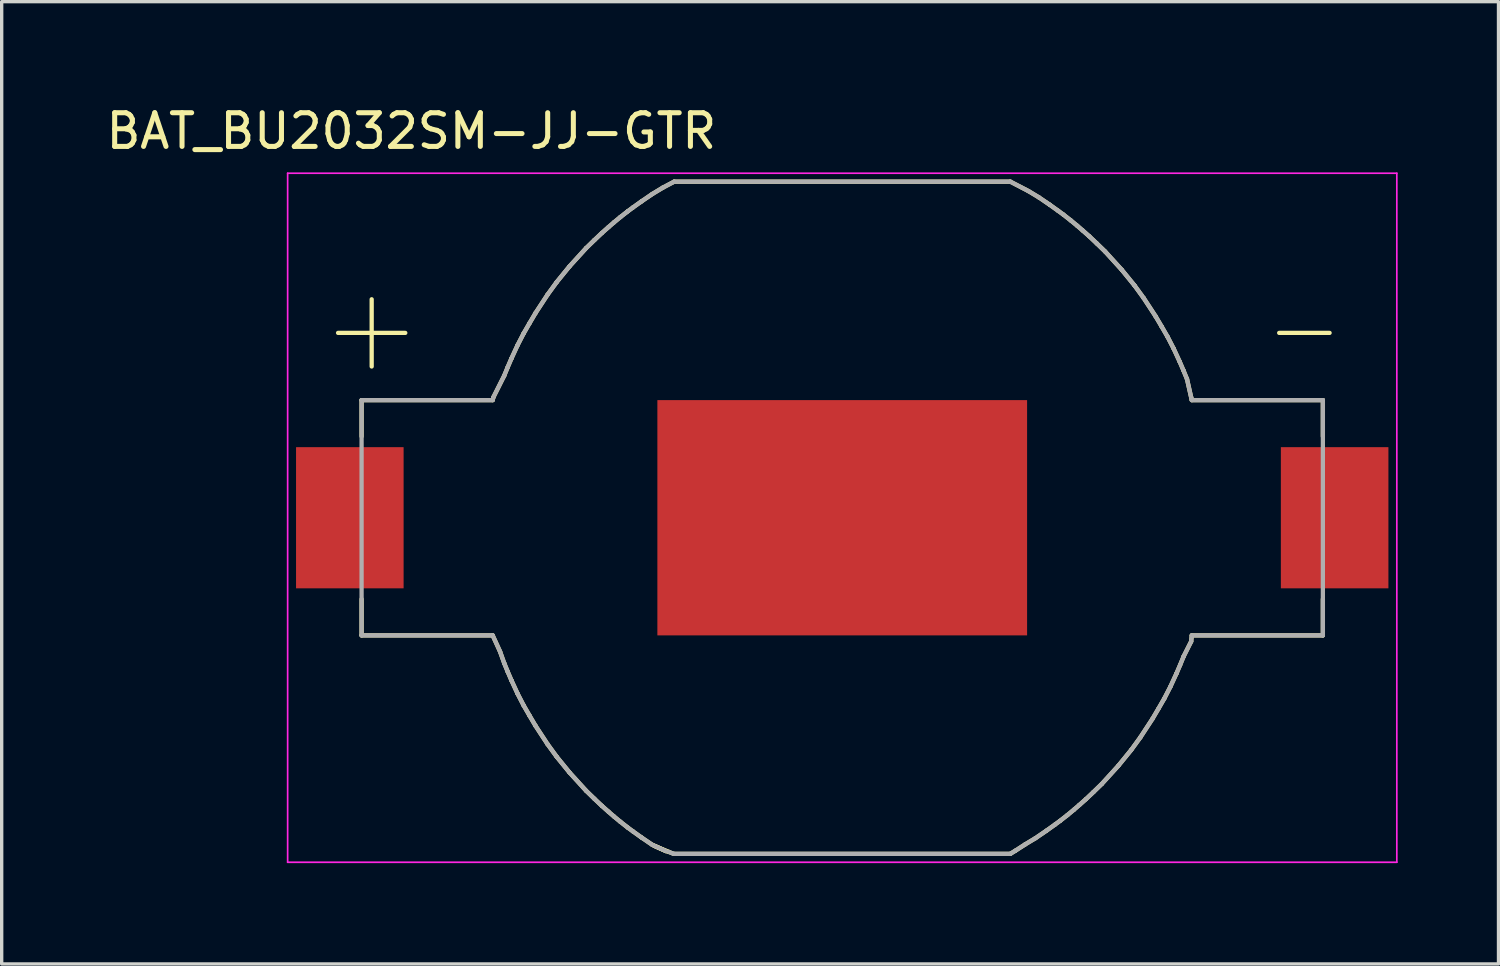
<source format=kicad_pcb>
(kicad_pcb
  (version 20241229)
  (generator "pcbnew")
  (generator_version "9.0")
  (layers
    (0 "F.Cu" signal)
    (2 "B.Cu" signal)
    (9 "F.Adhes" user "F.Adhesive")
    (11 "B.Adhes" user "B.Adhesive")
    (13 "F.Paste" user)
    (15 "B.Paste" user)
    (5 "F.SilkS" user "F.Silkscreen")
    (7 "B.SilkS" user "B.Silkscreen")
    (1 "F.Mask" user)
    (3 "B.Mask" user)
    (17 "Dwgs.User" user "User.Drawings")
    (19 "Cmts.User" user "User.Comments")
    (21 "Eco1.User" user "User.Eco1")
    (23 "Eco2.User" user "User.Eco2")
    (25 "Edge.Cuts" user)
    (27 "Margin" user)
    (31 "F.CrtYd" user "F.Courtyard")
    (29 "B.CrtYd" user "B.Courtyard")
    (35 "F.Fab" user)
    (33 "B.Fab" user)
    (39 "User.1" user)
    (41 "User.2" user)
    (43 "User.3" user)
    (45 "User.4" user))
  (footprint "BAT_BU2032SM-JJ-GTR"
    (layer "F.Cu")
    (at 22.008 12.354)
    (property "Reference" "BAT_BU2032SM-JJ-GTR" (at -12.819 -11.504 0) (layer "F.SilkS") (effects (font (size 1.002 1.002) (thickness 0.15))))
    (attr smd)
    (fp_poly (pts (xy -5.5 -3.5) (xy 5.5 -3.5) (xy 5.5 3.5) (xy -5.5 3.5)) (stroke (width 0.0001) (type solid)) (fill yes) (layer "F.Cu"))
    (fp_poly (pts (xy -5.6 -3.6) (xy 5.6 -3.6) (xy 5.6 3.6) (xy -5.6 3.6)) (stroke (width 0.0001) (type solid)) (fill yes) (layer "F.Mask"))
    (fp_line (start -15 -5.5) (end -13 -5.5) (stroke (width 0.127) (type solid)) (layer "F.SilkS"))
    (fp_line (start -14.3 -3.5) (end -10.4 -3.5) (stroke (width 0.127) (type solid)) (layer "F.SilkS"))
    (fp_line (start -14.3 -2.42) (end -14.3 -3.5) (stroke (width 0.127) (type solid)) (layer "F.SilkS"))
    (fp_line (start -14.3 2.42) (end -14.3 3.5) (stroke (width 0.127) (type solid)) (layer "F.SilkS"))
    (fp_line (start -14.3 3.5) (end -10.4 3.5) (stroke (width 0.127) (type solid)) (layer "F.SilkS"))
    (fp_line (start -14 -6.5) (end -14 -4.5) (stroke (width 0.127) (type solid)) (layer "F.SilkS"))
    (fp_line (start -10.4 -3.5) (end -10.381 -3.581) (stroke (width 0.127) (type solid)) (layer "F.SilkS"))
    (fp_line (start -10.4 3.5) (end -10.181 3.981) (stroke (width 0.127) (type solid)) (layer "F.SilkS"))
    (fp_line (start -10.381 -3.581) (end -10.058 -4.224) (stroke (width 0.127) (type solid)) (layer "F.SilkS"))
    (fp_line (start -10.181 3.981) (end -10.058 4.324) (stroke (width 0.127) (type solid)) (layer "F.SilkS"))
    (fp_line (start -10.058 -4.224) (end -9.95 -4.487) (stroke (width 0.127) (type solid)) (layer "F.SilkS"))
    (fp_line (start -10.058 4.324) (end -9.95 4.587) (stroke (width 0.127) (type solid)) (layer "F.SilkS"))
    (fp_line (start -9.95 -4.487) (end -9.842 -4.738) (stroke (width 0.127) (type solid)) (layer "F.SilkS"))
    (fp_line (start -9.95 4.587) (end -9.842 4.838) (stroke (width 0.127) (type solid)) (layer "F.SilkS"))
    (fp_line (start -9.842 -4.738) (end -9.658 -5.137) (stroke (width 0.127) (type solid)) (layer "F.SilkS"))
    (fp_line (start -9.842 4.838) (end -9.658 5.237) (stroke (width 0.127) (type solid)) (layer "F.SilkS"))
    (fp_line (start -9.658 -5.137) (end -9.48 -5.482) (stroke (width 0.127) (type solid)) (layer "F.SilkS"))
    (fp_line (start -9.658 5.237) (end -9.48 5.582) (stroke (width 0.127) (type solid)) (layer "F.SilkS"))
    (fp_line (start -9.48 -5.482) (end -9.3 -5.794) (stroke (width 0.127) (type solid)) (layer "F.SilkS"))
    (fp_line (start -9.48 5.582) (end -9.3 5.894) (stroke (width 0.127) (type solid)) (layer "F.SilkS"))
    (fp_line (start -9.3 -5.794) (end -9.124 -6.092) (stroke (width 0.127) (type solid)) (layer "F.SilkS"))
    (fp_line (start -9.3 5.894) (end -9.124 6.192) (stroke (width 0.127) (type solid)) (layer "F.SilkS"))
    (fp_line (start -9.124 -6.092) (end -8.768 -6.636) (stroke (width 0.127) (type solid)) (layer "F.SilkS"))
    (fp_line (start -9.124 6.192) (end -8.768 6.736) (stroke (width 0.127) (type solid)) (layer "F.SilkS"))
    (fp_line (start -8.768 -6.636) (end -8.497 -7.009) (stroke (width 0.127) (type solid)) (layer "F.SilkS"))
    (fp_line (start -8.768 6.736) (end -8.497 7.109) (stroke (width 0.127) (type solid)) (layer "F.SilkS"))
    (fp_line (start -8.497 -7.009) (end -8.116 -7.477) (stroke (width 0.127) (type solid)) (layer "F.SilkS"))
    (fp_line (start -8.497 7.109) (end -8.116 7.577) (stroke (width 0.127) (type solid)) (layer "F.SilkS"))
    (fp_line (start -8.116 -7.477) (end -7.622 -8.02) (stroke (width 0.127) (type solid)) (layer "F.SilkS"))
    (fp_line (start -8.116 7.577) (end -7.622 8.12) (stroke (width 0.127) (type solid)) (layer "F.SilkS"))
    (fp_line (start -7.622 -8.02) (end -7.374 -8.261) (stroke (width 0.127) (type solid)) (layer "F.SilkS"))
    (fp_line (start -7.622 8.12) (end -7.374 8.361) (stroke (width 0.127) (type solid)) (layer "F.SilkS"))
    (fp_line (start -7.374 -8.261) (end -7.15 -8.473) (stroke (width 0.127) (type solid)) (layer "F.SilkS"))
    (fp_line (start -7.374 8.361) (end -7.15 8.573) (stroke (width 0.127) (type solid)) (layer "F.SilkS"))
    (fp_line (start -7.15 -8.473) (end -6.954 -8.647) (stroke (width 0.127) (type solid)) (layer "F.SilkS"))
    (fp_line (start -7.15 8.573) (end -6.954 8.747) (stroke (width 0.127) (type solid)) (layer "F.SilkS"))
    (fp_line (start -6.954 -8.647) (end -6.793 -8.786) (stroke (width 0.127) (type solid)) (layer "F.SilkS"))
    (fp_line (start -6.954 8.747) (end -6.793 8.886) (stroke (width 0.127) (type solid)) (layer "F.SilkS"))
    (fp_line (start -6.793 -8.786) (end -6.6 -8.946) (stroke (width 0.127) (type solid)) (layer "F.SilkS"))
    (fp_line (start -6.793 8.886) (end -6.6 9.046) (stroke (width 0.127) (type solid)) (layer "F.SilkS"))
    (fp_line (start -6.6 -8.946) (end -6.379 -9.119) (stroke (width 0.127) (type solid)) (layer "F.SilkS"))
    (fp_line (start -6.6 9.046) (end -6.379 9.219) (stroke (width 0.127) (type solid)) (layer "F.SilkS"))
    (fp_line (start -6.379 -9.119) (end -6.228 -9.23) (stroke (width 0.127) (type solid)) (layer "F.SilkS"))
    (fp_line (start -6.379 9.219) (end -6.228 9.33) (stroke (width 0.127) (type solid)) (layer "F.SilkS"))
    (fp_line (start -6.228 -9.23) (end -5.975 -9.411) (stroke (width 0.127) (type solid)) (layer "F.SilkS"))
    (fp_line (start -6.228 9.33) (end -5.975 9.511) (stroke (width 0.127) (type solid)) (layer "F.SilkS"))
    (fp_line (start -5.975 -9.411) (end -5.649 -9.633) (stroke (width 0.127) (type solid)) (layer "F.SilkS"))
    (fp_line (start -5.975 9.511) (end -5.649 9.733) (stroke (width 0.127) (type solid)) (layer "F.SilkS"))
    (fp_line (start -5.649 -9.633) (end -5.341 -9.819) (stroke (width 0.127) (type solid)) (layer "F.SilkS"))
    (fp_line (start -5.649 9.733) (end -5.241 9.919) (stroke (width 0.127) (type solid)) (layer "F.SilkS"))
    (fp_line (start -5.597 9.758) (end -5.166 9.939) (stroke (width 0.127) (type solid)) (layer "F.SilkS"))
    (fp_line (start -5.341 -9.819) (end -5 -10) (stroke (width 0.127) (type solid)) (layer "F.SilkS"))
    (fp_line (start -5.241 9.919) (end -5.597 9.758) (stroke (width 0.127) (type solid)) (layer "F.SilkS"))
    (fp_line (start -5.166 9.939) (end -5.013 10) (stroke (width 0.127) (type solid)) (layer "F.SilkS"))
    (fp_line (start -5 -10) (end 5 -10) (stroke (width 0.127) (type solid)) (layer "F.SilkS"))
    (fp_line (start -5 10) (end 5 10) (stroke (width 0.127) (type solid)) (layer "F.SilkS"))
    (fp_line (start 5.15 9.908) (end 5.016 9.989) (stroke (width 0.127) (type solid)) (layer "F.SilkS"))
    (fp_line (start 5.441 9.719) (end 5.15 9.908) (stroke (width 0.127) (type solid)) (layer "F.SilkS"))
    (fp_line (start 5.541 -9.719) (end 5 -10) (stroke (width 0.127) (type solid)) (layer "F.SilkS"))
    (fp_line (start 5.749 9.533) (end 5.441 9.719) (stroke (width 0.127) (type solid)) (layer "F.SilkS"))
    (fp_line (start 5.849 -9.533) (end 5.541 -9.719) (stroke (width 0.127) (type solid)) (layer "F.SilkS"))
    (fp_line (start 6.075 9.311) (end 5.749 9.533) (stroke (width 0.127) (type solid)) (layer "F.SilkS"))
    (fp_line (start 6.175 -9.311) (end 5.849 -9.533) (stroke (width 0.127) (type solid)) (layer "F.SilkS"))
    (fp_line (start 6.328 9.13) (end 6.075 9.311) (stroke (width 0.127) (type solid)) (layer "F.SilkS"))
    (fp_line (start 6.428 -9.13) (end 6.175 -9.311) (stroke (width 0.127) (type solid)) (layer "F.SilkS"))
    (fp_line (start 6.479 9.019) (end 6.328 9.13) (stroke (width 0.127) (type solid)) (layer "F.SilkS"))
    (fp_line (start 6.579 -9.019) (end 6.428 -9.13) (stroke (width 0.127) (type solid)) (layer "F.SilkS"))
    (fp_line (start 6.7 8.846) (end 6.479 9.019) (stroke (width 0.127) (type solid)) (layer "F.SilkS"))
    (fp_line (start 6.8 -8.846) (end 6.579 -9.019) (stroke (width 0.127) (type solid)) (layer "F.SilkS"))
    (fp_line (start 6.893 8.686) (end 6.7 8.846) (stroke (width 0.127) (type solid)) (layer "F.SilkS"))
    (fp_line (start 6.993 -8.686) (end 6.8 -8.846) (stroke (width 0.127) (type solid)) (layer "F.SilkS"))
    (fp_line (start 7.054 8.547) (end 6.893 8.686) (stroke (width 0.127) (type solid)) (layer "F.SilkS"))
    (fp_line (start 7.154 -8.547) (end 6.993 -8.686) (stroke (width 0.127) (type solid)) (layer "F.SilkS"))
    (fp_line (start 7.25 8.373) (end 7.054 8.547) (stroke (width 0.127) (type solid)) (layer "F.SilkS"))
    (fp_line (start 7.35 -8.373) (end 7.154 -8.547) (stroke (width 0.127) (type solid)) (layer "F.SilkS"))
    (fp_line (start 7.474 8.161) (end 7.25 8.373) (stroke (width 0.127) (type solid)) (layer "F.SilkS"))
    (fp_line (start 7.574 -8.161) (end 7.35 -8.373) (stroke (width 0.127) (type solid)) (layer "F.SilkS"))
    (fp_line (start 7.722 7.92) (end 7.474 8.161) (stroke (width 0.127) (type solid)) (layer "F.SilkS"))
    (fp_line (start 7.822 -7.92) (end 7.574 -8.161) (stroke (width 0.127) (type solid)) (layer "F.SilkS"))
    (fp_line (start 8.216 7.377) (end 7.722 7.92) (stroke (width 0.127) (type solid)) (layer "F.SilkS"))
    (fp_line (start 8.316 -7.377) (end 7.822 -7.92) (stroke (width 0.127) (type solid)) (layer "F.SilkS"))
    (fp_line (start 8.597 6.909) (end 8.216 7.377) (stroke (width 0.127) (type solid)) (layer "F.SilkS"))
    (fp_line (start 8.697 -6.909) (end 8.316 -7.377) (stroke (width 0.127) (type solid)) (layer "F.SilkS"))
    (fp_line (start 8.868 6.536) (end 8.597 6.909) (stroke (width 0.127) (type solid)) (layer "F.SilkS"))
    (fp_line (start 8.968 -6.536) (end 8.697 -6.909) (stroke (width 0.127) (type solid)) (layer "F.SilkS"))
    (fp_line (start 9.224 5.992) (end 8.868 6.536) (stroke (width 0.127) (type solid)) (layer "F.SilkS"))
    (fp_line (start 9.324 -5.992) (end 8.968 -6.536) (stroke (width 0.127) (type solid)) (layer "F.SilkS"))
    (fp_line (start 9.4 5.694) (end 9.224 5.992) (stroke (width 0.127) (type solid)) (layer "F.SilkS"))
    (fp_line (start 9.5 -5.694) (end 9.324 -5.992) (stroke (width 0.127) (type solid)) (layer "F.SilkS"))
    (fp_line (start 9.58 5.382) (end 9.4 5.694) (stroke (width 0.127) (type solid)) (layer "F.SilkS"))
    (fp_line (start 9.68 -5.382) (end 9.5 -5.694) (stroke (width 0.127) (type solid)) (layer "F.SilkS"))
    (fp_line (start 9.758 5.037) (end 9.58 5.382) (stroke (width 0.127) (type solid)) (layer "F.SilkS"))
    (fp_line (start 9.858 -5.037) (end 9.68 -5.382) (stroke (width 0.127) (type solid)) (layer "F.SilkS"))
    (fp_line (start 9.942 4.638) (end 9.758 5.037) (stroke (width 0.127) (type solid)) (layer "F.SilkS"))
    (fp_line (start 10.042 -4.638) (end 9.858 -5.037) (stroke (width 0.127) (type solid)) (layer "F.SilkS"))
    (fp_line (start 10.05 4.387) (end 9.942 4.638) (stroke (width 0.127) (type solid)) (layer "F.SilkS"))
    (fp_line (start 10.15 -4.387) (end 10.042 -4.638) (stroke (width 0.127) (type solid)) (layer "F.SilkS"))
    (fp_line (start 10.158 4.124) (end 10.05 4.387) (stroke (width 0.127) (type solid)) (layer "F.SilkS"))
    (fp_line (start 10.258 -4.124) (end 10.15 -4.387) (stroke (width 0.127) (type solid)) (layer "F.SilkS"))
    (fp_line (start 10.381 -3.581) (end 10.258 -4.124) (stroke (width 0.127) (type solid)) (layer "F.SilkS"))
    (fp_line (start 10.381 3.681) (end 10.158 4.124) (stroke (width 0.127) (type solid)) (layer "F.SilkS"))
    (fp_line (start 10.4 -3.5) (end 10.381 -3.581) (stroke (width 0.127) (type solid)) (layer "F.SilkS"))
    (fp_line (start 10.4 3.5) (end 10.381 3.681) (stroke (width 0.127) (type solid)) (layer "F.SilkS"))
    (fp_line (start 13 -5.5) (end 14.5 -5.5) (stroke (width 0.127) (type solid)) (layer "F.SilkS"))
    (fp_line (start 14.3 -3.5) (end 10.4 -3.5) (stroke (width 0.127) (type solid)) (layer "F.SilkS"))
    (fp_line (start 14.3 -2.42) (end 14.3 -3.5) (stroke (width 0.127) (type solid)) (layer "F.SilkS"))
    (fp_line (start 14.3 2.42) (end 14.3 3.5) (stroke (width 0.127) (type solid)) (layer "F.SilkS"))
    (fp_line (start 14.3 3.5) (end 10.4 3.5) (stroke (width 0.127) (type solid)) (layer "F.SilkS"))
    (fp_line (start -16.5 -10.25) (end -16.5 10.25) (stroke (width 0.05) (type solid)) (layer "F.CrtYd"))
    (fp_line (start -16.5 10.25) (end 16.5 10.25) (stroke (width 0.05) (type solid)) (layer "F.CrtYd"))
    (fp_line (start 16.5 -10.25) (end -16.5 -10.25) (stroke (width 0.05) (type solid)) (layer "F.CrtYd"))
    (fp_line (start 16.5 10.25) (end 16.5 -10.25) (stroke (width 0.05) (type solid)) (layer "F.CrtYd"))
    (fp_line (start -14.3 -3.5) (end -10.4 -3.5) (stroke (width 0.127) (type solid)) (layer "F.Fab"))
    (fp_line (start -14.3 3.5) (end -14.3 -3.5) (stroke (width 0.127) (type solid)) (layer "F.Fab"))
    (fp_line (start -14.3 3.5) (end -10.4 3.5) (stroke (width 0.127) (type solid)) (layer "F.Fab"))
    (fp_line (start -10.4 -3.5) (end -10.381 -3.581) (stroke (width 0.127) (type solid)) (layer "F.Fab"))
    (fp_line (start -10.4 3.5) (end -10.181 3.981) (stroke (width 0.127) (type solid)) (layer "F.Fab"))
    (fp_line (start -10.381 -3.581) (end -10.058 -4.224) (stroke (width 0.127) (type solid)) (layer "F.Fab"))
    (fp_line (start -10.181 3.981) (end -10.058 4.324) (stroke (width 0.127) (type solid)) (layer "F.Fab"))
    (fp_line (start -10.058 -4.224) (end -9.95 -4.487) (stroke (width 0.127) (type solid)) (layer "F.Fab"))
    (fp_line (start -10.058 4.324) (end -9.95 4.587) (stroke (width 0.127) (type solid)) (layer "F.Fab"))
    (fp_line (start -9.95 -4.487) (end -9.842 -4.738) (stroke (width 0.127) (type solid)) (layer "F.Fab"))
    (fp_line (start -9.95 4.587) (end -9.842 4.838) (stroke (width 0.127) (type solid)) (layer "F.Fab"))
    (fp_line (start -9.842 -4.738) (end -9.658 -5.137) (stroke (width 0.127) (type solid)) (layer "F.Fab"))
    (fp_line (start -9.842 4.838) (end -9.658 5.237) (stroke (width 0.127) (type solid)) (layer "F.Fab"))
    (fp_line (start -9.658 -5.137) (end -9.48 -5.482) (stroke (width 0.127) (type solid)) (layer "F.Fab"))
    (fp_line (start -9.658 5.237) (end -9.48 5.582) (stroke (width 0.127) (type solid)) (layer "F.Fab"))
    (fp_line (start -9.48 -5.482) (end -9.3 -5.794) (stroke (width 0.127) (type solid)) (layer "F.Fab"))
    (fp_line (start -9.48 5.582) (end -9.3 5.894) (stroke (width 0.127) (type solid)) (layer "F.Fab"))
    (fp_line (start -9.3 -5.794) (end -9.124 -6.092) (stroke (width 0.127) (type solid)) (layer "F.Fab"))
    (fp_line (start -9.3 5.894) (end -9.124 6.192) (stroke (width 0.127) (type solid)) (layer "F.Fab"))
    (fp_line (start -9.124 -6.092) (end -8.768 -6.636) (stroke (width 0.127) (type solid)) (layer "F.Fab"))
    (fp_line (start -9.124 6.192) (end -8.768 6.736) (stroke (width 0.127) (type solid)) (layer "F.Fab"))
    (fp_line (start -8.768 -6.636) (end -8.497 -7.009) (stroke (width 0.127) (type solid)) (layer "F.Fab"))
    (fp_line (start -8.768 6.736) (end -8.497 7.109) (stroke (width 0.127) (type solid)) (layer "F.Fab"))
    (fp_line (start -8.497 -7.009) (end -8.116 -7.477) (stroke (width 0.127) (type solid)) (layer "F.Fab"))
    (fp_line (start -8.497 7.109) (end -8.116 7.577) (stroke (width 0.127) (type solid)) (layer "F.Fab"))
    (fp_line (start -8.116 -7.477) (end -7.622 -8.02) (stroke (width 0.127) (type solid)) (layer "F.Fab"))
    (fp_line (start -8.116 7.577) (end -7.622 8.12) (stroke (width 0.127) (type solid)) (layer "F.Fab"))
    (fp_line (start -7.622 -8.02) (end -7.374 -8.261) (stroke (width 0.127) (type solid)) (layer "F.Fab"))
    (fp_line (start -7.622 8.12) (end -7.374 8.361) (stroke (width 0.127) (type solid)) (layer "F.Fab"))
    (fp_line (start -7.374 -8.261) (end -7.15 -8.473) (stroke (width 0.127) (type solid)) (layer "F.Fab"))
    (fp_line (start -7.374 8.361) (end -7.15 8.573) (stroke (width 0.127) (type solid)) (layer "F.Fab"))
    (fp_line (start -7.15 -8.473) (end -6.954 -8.647) (stroke (width 0.127) (type solid)) (layer "F.Fab"))
    (fp_line (start -7.15 8.573) (end -6.954 8.747) (stroke (width 0.127) (type solid)) (layer "F.Fab"))
    (fp_line (start -6.954 -8.647) (end -6.793 -8.786) (stroke (width 0.127) (type solid)) (layer "F.Fab"))
    (fp_line (start -6.954 8.747) (end -6.793 8.886) (stroke (width 0.127) (type solid)) (layer "F.Fab"))
    (fp_line (start -6.793 -8.786) (end -6.6 -8.946) (stroke (width 0.127) (type solid)) (layer "F.Fab"))
    (fp_line (start -6.793 8.886) (end -6.6 9.046) (stroke (width 0.127) (type solid)) (layer "F.Fab"))
    (fp_line (start -6.6 -8.946) (end -6.379 -9.119) (stroke (width 0.127) (type solid)) (layer "F.Fab"))
    (fp_line (start -6.6 9.046) (end -6.379 9.219) (stroke (width 0.127) (type solid)) (layer "F.Fab"))
    (fp_line (start -6.379 -9.119) (end -6.228 -9.23) (stroke (width 0.127) (type solid)) (layer "F.Fab"))
    (fp_line (start -6.379 9.219) (end -6.228 9.33) (stroke (width 0.127) (type solid)) (layer "F.Fab"))
    (fp_line (start -6.228 -9.23) (end -5.975 -9.411) (stroke (width 0.127) (type solid)) (layer "F.Fab"))
    (fp_line (start -6.228 9.33) (end -5.975 9.511) (stroke (width 0.127) (type solid)) (layer "F.Fab"))
    (fp_line (start -5.975 -9.411) (end -5.649 -9.633) (stroke (width 0.127) (type solid)) (layer "F.Fab"))
    (fp_line (start -5.975 9.511) (end -5.649 9.733) (stroke (width 0.127) (type solid)) (layer "F.Fab"))
    (fp_line (start -5.649 -9.633) (end -5.341 -9.819) (stroke (width 0.127) (type solid)) (layer "F.Fab"))
    (fp_line (start -5.649 9.733) (end -5.241 9.919) (stroke (width 0.127) (type solid)) (layer "F.Fab"))
    (fp_line (start -5.341 -9.819) (end -5 -10) (stroke (width 0.127) (type solid)) (layer "F.Fab"))
    (fp_line (start -5.166 9.939) (end -5.013 10) (stroke (width 0.127) (type solid)) (layer "F.Fab"))
    (fp_line (start -5 -10) (end 5 -10) (stroke (width 0.127) (type solid)) (layer "F.Fab"))
    (fp_line (start -5 10) (end 5 10) (stroke (width 0.127) (type solid)) (layer "F.Fab"))
    (fp_line (start 5.147 9.908) (end 5.016 9.989) (stroke (width 0.127) (type solid)) (layer "F.Fab"))
    (fp_line (start 5.441 9.719) (end 5.147 9.908) (stroke (width 0.127) (type solid)) (layer "F.Fab"))
    (fp_line (start 5.541 -9.719) (end 5 -10) (stroke (width 0.127) (type solid)) (layer "F.Fab"))
    (fp_line (start 5.749 9.533) (end 5.441 9.719) (stroke (width 0.127) (type solid)) (layer "F.Fab"))
    (fp_line (start 5.849 -9.533) (end 5.541 -9.719) (stroke (width 0.127) (type solid)) (layer "F.Fab"))
    (fp_line (start 6.075 9.311) (end 5.749 9.533) (stroke (width 0.127) (type solid)) (layer "F.Fab"))
    (fp_line (start 6.175 -9.311) (end 5.849 -9.533) (stroke (width 0.127) (type solid)) (layer "F.Fab"))
    (fp_line (start 6.328 9.13) (end 6.075 9.311) (stroke (width 0.127) (type solid)) (layer "F.Fab"))
    (fp_line (start 6.428 -9.13) (end 6.175 -9.311) (stroke (width 0.127) (type solid)) (layer "F.Fab"))
    (fp_line (start 6.479 9.019) (end 6.328 9.13) (stroke (width 0.127) (type solid)) (layer "F.Fab"))
    (fp_line (start 6.579 -9.019) (end 6.428 -9.13) (stroke (width 0.127) (type solid)) (layer "F.Fab"))
    (fp_line (start 6.7 8.846) (end 6.479 9.019) (stroke (width 0.127) (type solid)) (layer "F.Fab"))
    (fp_line (start 6.8 -8.846) (end 6.579 -9.019) (stroke (width 0.127) (type solid)) (layer "F.Fab"))
    (fp_line (start 6.893 8.686) (end 6.7 8.846) (stroke (width 0.127) (type solid)) (layer "F.Fab"))
    (fp_line (start 6.993 -8.686) (end 6.8 -8.846) (stroke (width 0.127) (type solid)) (layer "F.Fab"))
    (fp_line (start 7.054 8.547) (end 6.893 8.686) (stroke (width 0.127) (type solid)) (layer "F.Fab"))
    (fp_line (start 7.154 -8.547) (end 6.993 -8.686) (stroke (width 0.127) (type solid)) (layer "F.Fab"))
    (fp_line (start 7.25 8.373) (end 7.054 8.547) (stroke (width 0.127) (type solid)) (layer "F.Fab"))
    (fp_line (start 7.35 -8.373) (end 7.154 -8.547) (stroke (width 0.127) (type solid)) (layer "F.Fab"))
    (fp_line (start 7.474 8.161) (end 7.25 8.373) (stroke (width 0.127) (type solid)) (layer "F.Fab"))
    (fp_line (start 7.574 -8.161) (end 7.35 -8.373) (stroke (width 0.127) (type solid)) (layer "F.Fab"))
    (fp_line (start 7.722 7.92) (end 7.474 8.161) (stroke (width 0.127) (type solid)) (layer "F.Fab"))
    (fp_line (start 7.822 -7.92) (end 7.574 -8.161) (stroke (width 0.127) (type solid)) (layer "F.Fab"))
    (fp_line (start 8.216 7.377) (end 7.722 7.92) (stroke (width 0.127) (type solid)) (layer "F.Fab"))
    (fp_line (start 8.316 -7.377) (end 7.822 -7.92) (stroke (width 0.127) (type solid)) (layer "F.Fab"))
    (fp_line (start 8.597 6.909) (end 8.216 7.377) (stroke (width 0.127) (type solid)) (layer "F.Fab"))
    (fp_line (start 8.697 -6.909) (end 8.316 -7.377) (stroke (width 0.127) (type solid)) (layer "F.Fab"))
    (fp_line (start 8.868 6.536) (end 8.597 6.909) (stroke (width 0.127) (type solid)) (layer "F.Fab"))
    (fp_line (start 8.968 -6.536) (end 8.697 -6.909) (stroke (width 0.127) (type solid)) (layer "F.Fab"))
    (fp_line (start 9.224 5.992) (end 8.868 6.536) (stroke (width 0.127) (type solid)) (layer "F.Fab"))
    (fp_line (start 9.324 -5.992) (end 8.968 -6.536) (stroke (width 0.127) (type solid)) (layer "F.Fab"))
    (fp_line (start 9.4 5.694) (end 9.224 5.992) (stroke (width 0.127) (type solid)) (layer "F.Fab"))
    (fp_line (start 9.5 -5.694) (end 9.324 -5.992) (stroke (width 0.127) (type solid)) (layer "F.Fab"))
    (fp_line (start 9.58 5.382) (end 9.4 5.694) (stroke (width 0.127) (type solid)) (layer "F.Fab"))
    (fp_line (start 9.68 -5.382) (end 9.5 -5.694) (stroke (width 0.127) (type solid)) (layer "F.Fab"))
    (fp_line (start 9.758 5.037) (end 9.58 5.382) (stroke (width 0.127) (type solid)) (layer "F.Fab"))
    (fp_line (start 9.858 -5.037) (end 9.68 -5.382) (stroke (width 0.127) (type solid)) (layer "F.Fab"))
    (fp_line (start 9.942 4.638) (end 9.758 5.037) (stroke (width 0.127) (type solid)) (layer "F.Fab"))
    (fp_line (start 10.042 -4.638) (end 9.858 -5.037) (stroke (width 0.127) (type solid)) (layer "F.Fab"))
    (fp_line (start 10.05 4.387) (end 9.942 4.638) (stroke (width 0.127) (type solid)) (layer "F.Fab"))
    (fp_line (start 10.15 -4.387) (end 10.042 -4.638) (stroke (width 0.127) (type solid)) (layer "F.Fab"))
    (fp_line (start 10.158 4.124) (end 10.05 4.387) (stroke (width 0.127) (type solid)) (layer "F.Fab"))
    (fp_line (start 10.258 -4.124) (end 10.15 -4.387) (stroke (width 0.127) (type solid)) (layer "F.Fab"))
    (fp_line (start 10.381 -3.581) (end 10.258 -4.124) (stroke (width 0.127) (type solid)) (layer "F.Fab"))
    (fp_line (start 10.381 3.681) (end 10.158 4.124) (stroke (width 0.127) (type solid)) (layer "F.Fab"))
    (fp_line (start 10.4 -3.5) (end 10.381 -3.581) (stroke (width 0.127) (type solid)) (layer "F.Fab"))
    (fp_line (start 10.4 3.5) (end 10.381 3.681) (stroke (width 0.127) (type solid)) (layer "F.Fab"))
    (fp_line (start 14.3 -3.5) (end 10.4 -3.5) (stroke (width 0.127) (type solid)) (layer "F.Fab"))
    (fp_line (start 14.3 3.5) (end 10.4 3.5) (stroke (width 0.127) (type solid)) (layer "F.Fab"))
    (fp_line (start 14.3 3.5) (end 14.3 -3.5) (stroke (width 0.127) (type solid)) (layer "F.Fab"))
    (pad "1" smd rect (at -14.65 0) (size 3.2 4.2) (layers "F.Cu" "F.Mask" "F.Paste"))
    (pad "2" smd rect (at 14.65 0) (size 3.2 4.2) (layers "F.Cu" "F.Mask" "F.Paste")))
  (gr_rect
    (start -3 -3)
    (end 41.533 25.629)
    (stroke (width 0.1) (type default))
    (fill no)
    (layer "Edge.Cuts")))
</source>
